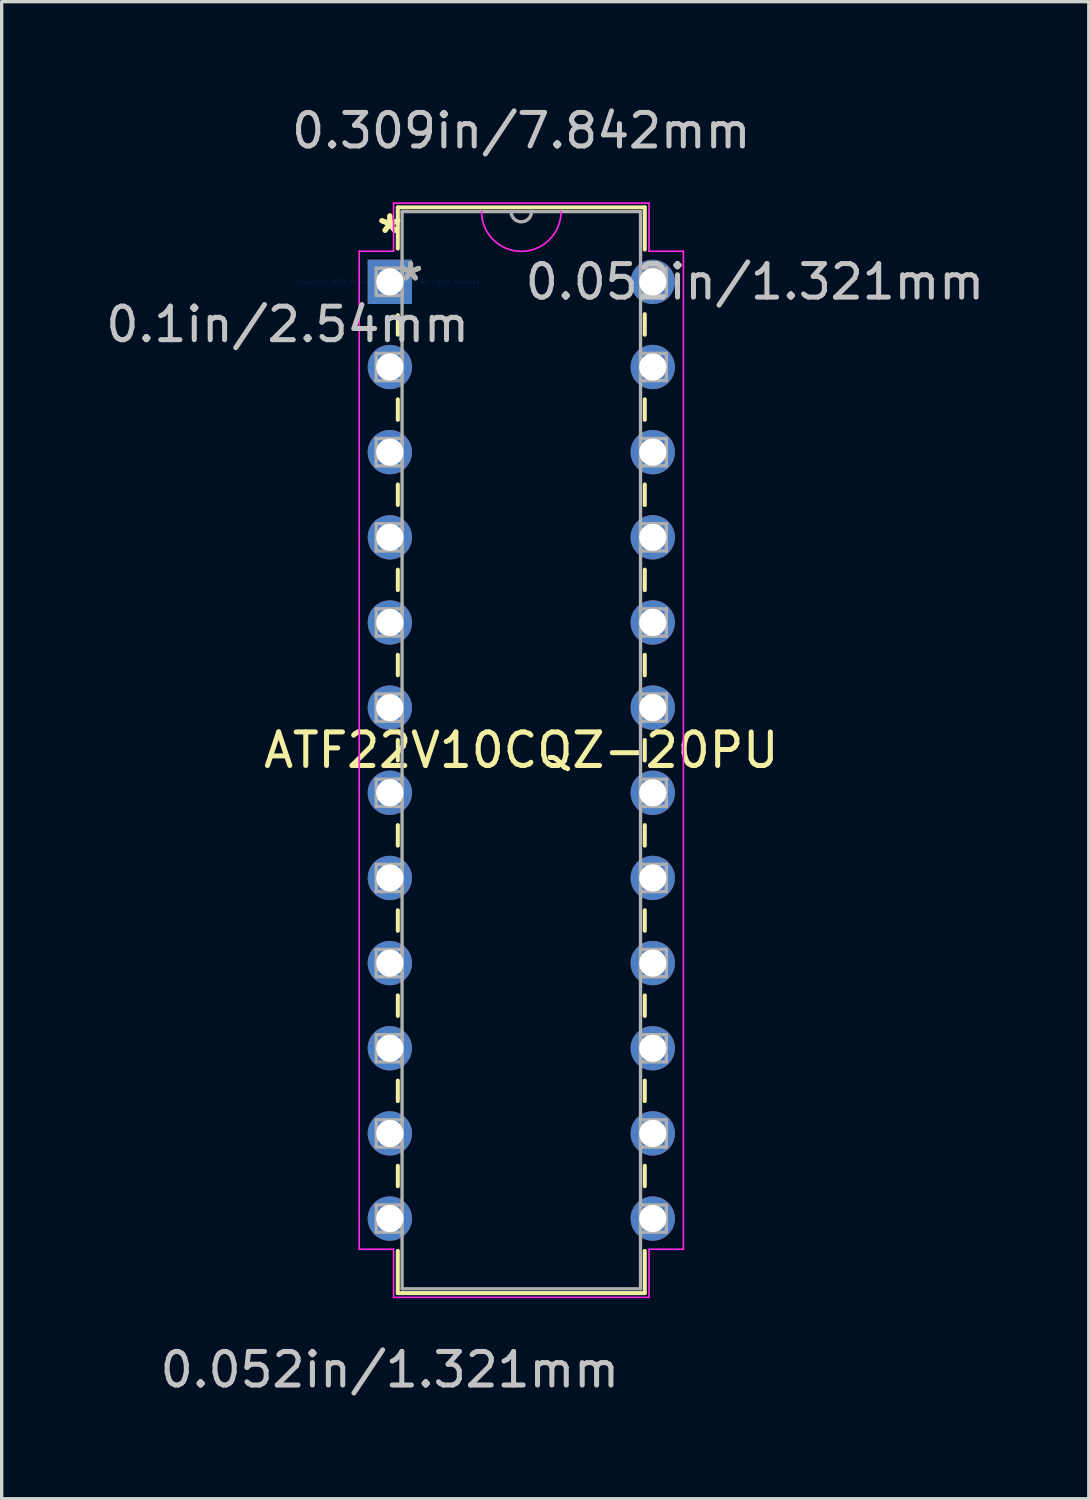
<source format=kicad_pcb>
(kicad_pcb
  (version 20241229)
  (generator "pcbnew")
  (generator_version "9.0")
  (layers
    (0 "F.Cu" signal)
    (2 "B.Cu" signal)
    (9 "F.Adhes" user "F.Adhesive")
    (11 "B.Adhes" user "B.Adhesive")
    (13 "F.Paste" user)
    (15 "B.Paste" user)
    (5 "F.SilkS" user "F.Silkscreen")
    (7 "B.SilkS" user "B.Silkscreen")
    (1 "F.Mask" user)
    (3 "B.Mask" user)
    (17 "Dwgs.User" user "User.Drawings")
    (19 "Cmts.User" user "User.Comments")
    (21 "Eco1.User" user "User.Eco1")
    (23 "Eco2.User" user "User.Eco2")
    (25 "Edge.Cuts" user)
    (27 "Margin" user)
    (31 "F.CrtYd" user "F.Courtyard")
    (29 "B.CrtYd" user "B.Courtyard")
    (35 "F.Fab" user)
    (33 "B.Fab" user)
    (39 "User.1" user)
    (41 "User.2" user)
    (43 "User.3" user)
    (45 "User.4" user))
  (footprint "ATF22V10CQZ-20PU"
    (layer "F.Cu")
    (at 8.578 5.357)
    (property "Reference" "ATF22V10CQZ-20PU" (at 3.921 13.97 0) (layer "F.SilkS") (effects (font (size 1 1) (thickness 0.15))))
    (attr through_hole)
    (fp_line (start 0.238 -2.223) (end 0.238 -0.993) (stroke (width 0.12) (type solid)) (layer "F.SilkS"))
    (fp_line (start 0.238 0.993) (end 0.238 1.576) (stroke (width 0.12) (type solid)) (layer "F.SilkS"))
    (fp_line (start 0.238 3.504) (end 0.238 4.116) (stroke (width 0.12) (type solid)) (layer "F.SilkS"))
    (fp_line (start 0.238 6.044) (end 0.238 6.656) (stroke (width 0.12) (type solid)) (layer "F.SilkS"))
    (fp_line (start 0.238 8.584) (end 0.238 9.196) (stroke (width 0.12) (type solid)) (layer "F.SilkS"))
    (fp_line (start 0.238 11.124) (end 0.238 11.736) (stroke (width 0.12) (type solid)) (layer "F.SilkS"))
    (fp_line (start 0.238 13.664) (end 0.238 14.276) (stroke (width 0.12) (type solid)) (layer "F.SilkS"))
    (fp_line (start 0.238 16.204) (end 0.238 16.816) (stroke (width 0.12) (type solid)) (layer "F.SilkS"))
    (fp_line (start 0.238 18.744) (end 0.238 19.356) (stroke (width 0.12) (type solid)) (layer "F.SilkS"))
    (fp_line (start 0.238 21.284) (end 0.238 21.896) (stroke (width 0.12) (type solid)) (layer "F.SilkS"))
    (fp_line (start 0.238 23.824) (end 0.238 24.436) (stroke (width 0.12) (type solid)) (layer "F.SilkS"))
    (fp_line (start 0.238 26.364) (end 0.238 26.976) (stroke (width 0.12) (type solid)) (layer "F.SilkS"))
    (fp_line (start 0.238 28.904) (end 0.238 30.163) (stroke (width 0.12) (type solid)) (layer "F.SilkS"))
    (fp_line (start 0.238 30.163) (end 7.604 30.163) (stroke (width 0.12) (type solid)) (layer "F.SilkS"))
    (fp_line (start 7.604 -2.223) (end 0.238 -2.223) (stroke (width 0.12) (type solid)) (layer "F.SilkS"))
    (fp_line (start 7.604 -0.964) (end 7.604 -2.223) (stroke (width 0.12) (type solid)) (layer "F.SilkS"))
    (fp_line (start 7.604 1.576) (end 7.604 0.964) (stroke (width 0.12) (type solid)) (layer "F.SilkS"))
    (fp_line (start 7.604 4.116) (end 7.604 3.504) (stroke (width 0.12) (type solid)) (layer "F.SilkS"))
    (fp_line (start 7.604 6.656) (end 7.604 6.044) (stroke (width 0.12) (type solid)) (layer "F.SilkS"))
    (fp_line (start 7.604 9.196) (end 7.604 8.584) (stroke (width 0.12) (type solid)) (layer "F.SilkS"))
    (fp_line (start 7.604 11.736) (end 7.604 11.124) (stroke (width 0.12) (type solid)) (layer "F.SilkS"))
    (fp_line (start 7.604 14.276) (end 7.604 13.664) (stroke (width 0.12) (type solid)) (layer "F.SilkS"))
    (fp_line (start 7.604 16.816) (end 7.604 16.204) (stroke (width 0.12) (type solid)) (layer "F.SilkS"))
    (fp_line (start 7.604 19.356) (end 7.604 18.744) (stroke (width 0.12) (type solid)) (layer "F.SilkS"))
    (fp_line (start 7.604 21.896) (end 7.604 21.284) (stroke (width 0.12) (type solid)) (layer "F.SilkS"))
    (fp_line (start 7.604 24.436) (end 7.604 23.824) (stroke (width 0.12) (type solid)) (layer "F.SilkS"))
    (fp_line (start 7.604 26.976) (end 7.604 26.364) (stroke (width 0.12) (type solid)) (layer "F.SilkS"))
    (fp_line (start 7.604 30.163) (end 7.604 28.904) (stroke (width 0.12) (type solid)) (layer "F.SilkS"))
    (fp_line (start -0.914 -0.914) (end -0.914 28.854) (stroke (width 0.05) (type solid)) (layer "F.CrtYd"))
    (fp_line (start -0.914 28.854) (end 0.111 28.854) (stroke (width 0.05) (type solid)) (layer "F.CrtYd"))
    (fp_line (start 0.111 -2.349) (end 0.111 -0.914) (stroke (width 0.05) (type solid)) (layer "F.CrtYd"))
    (fp_line (start 0.111 -0.914) (end -0.914 -0.914) (stroke (width 0.05) (type solid)) (layer "F.CrtYd"))
    (fp_line (start 0.111 28.854) (end 0.111 30.29) (stroke (width 0.05) (type solid)) (layer "F.CrtYd"))
    (fp_line (start 0.111 30.29) (end 7.731 30.29) (stroke (width 0.05) (type solid)) (layer "F.CrtYd"))
    (fp_line (start 7.731 -2.349) (end 0.111 -2.349) (stroke (width 0.05) (type solid)) (layer "F.CrtYd"))
    (fp_line (start 7.731 -0.914) (end 7.731 -2.349) (stroke (width 0.05) (type solid)) (layer "F.CrtYd"))
    (fp_line (start 7.731 28.854) (end 8.756 28.854) (stroke (width 0.05) (type solid)) (layer "F.CrtYd"))
    (fp_line (start 7.731 30.29) (end 7.731 28.854) (stroke (width 0.05) (type solid)) (layer "F.CrtYd"))
    (fp_line (start 8.756 -0.914) (end 7.731 -0.914) (stroke (width 0.05) (type solid)) (layer "F.CrtYd"))
    (fp_line (start 8.756 28.854) (end 8.756 -0.914) (stroke (width 0.05) (type solid)) (layer "F.CrtYd"))
    (fp_arc (start 5.106335 -2.0955) (mid 3.921001 -0.910166) (end 2.735667 -2.0955) (stroke (width 0.05) (type solid)) (layer "F.CrtYd"))
    (fp_line (start -0.406 -0.406) (end -0.406 0.406) (stroke (width 0.1) (type solid)) (layer "F.Fab"))
    (fp_line (start -0.406 0.406) (end 0.365 0.406) (stroke (width 0.1) (type solid)) (layer "F.Fab"))
    (fp_line (start -0.406 2.134) (end -0.406 2.946) (stroke (width 0.1) (type solid)) (layer "F.Fab"))
    (fp_line (start -0.406 2.946) (end 0.365 2.946) (stroke (width 0.1) (type solid)) (layer "F.Fab"))
    (fp_line (start -0.406 4.674) (end -0.406 5.486) (stroke (width 0.1) (type solid)) (layer "F.Fab"))
    (fp_line (start -0.406 5.486) (end 0.365 5.486) (stroke (width 0.1) (type solid)) (layer "F.Fab"))
    (fp_line (start -0.406 7.214) (end -0.406 8.026) (stroke (width 0.1) (type solid)) (layer "F.Fab"))
    (fp_line (start -0.406 8.026) (end 0.365 8.026) (stroke (width 0.1) (type solid)) (layer "F.Fab"))
    (fp_line (start -0.406 9.754) (end -0.406 10.566) (stroke (width 0.1) (type solid)) (layer "F.Fab"))
    (fp_line (start -0.406 10.566) (end 0.365 10.566) (stroke (width 0.1) (type solid)) (layer "F.Fab"))
    (fp_line (start -0.406 12.294) (end -0.406 13.106) (stroke (width 0.1) (type solid)) (layer "F.Fab"))
    (fp_line (start -0.406 13.106) (end 0.365 13.106) (stroke (width 0.1) (type solid)) (layer "F.Fab"))
    (fp_line (start -0.406 14.834) (end -0.406 15.646) (stroke (width 0.1) (type solid)) (layer "F.Fab"))
    (fp_line (start -0.406 15.646) (end 0.365 15.646) (stroke (width 0.1) (type solid)) (layer "F.Fab"))
    (fp_line (start -0.406 17.374) (end -0.406 18.186) (stroke (width 0.1) (type solid)) (layer "F.Fab"))
    (fp_line (start -0.406 18.186) (end 0.365 18.186) (stroke (width 0.1) (type solid)) (layer "F.Fab"))
    (fp_line (start -0.406 19.914) (end -0.406 20.726) (stroke (width 0.1) (type solid)) (layer "F.Fab"))
    (fp_line (start -0.406 20.726) (end 0.365 20.726) (stroke (width 0.1) (type solid)) (layer "F.Fab"))
    (fp_line (start -0.406 22.454) (end -0.406 23.266) (stroke (width 0.1) (type solid)) (layer "F.Fab"))
    (fp_line (start -0.406 23.266) (end 0.365 23.266) (stroke (width 0.1) (type solid)) (layer "F.Fab"))
    (fp_line (start -0.406 24.994) (end -0.406 25.806) (stroke (width 0.1) (type solid)) (layer "F.Fab"))
    (fp_line (start -0.406 25.806) (end 0.365 25.806) (stroke (width 0.1) (type solid)) (layer "F.Fab"))
    (fp_line (start -0.406 27.534) (end -0.406 28.346) (stroke (width 0.1) (type solid)) (layer "F.Fab"))
    (fp_line (start -0.406 28.346) (end 0.365 28.346) (stroke (width 0.1) (type solid)) (layer "F.Fab"))
    (fp_line (start 0.365 -2.095) (end 0.365 30.035) (stroke (width 0.1) (type solid)) (layer "F.Fab"))
    (fp_line (start 0.365 -0.406) (end -0.406 -0.406) (stroke (width 0.1) (type solid)) (layer "F.Fab"))
    (fp_line (start 0.365 0.406) (end 0.365 -0.406) (stroke (width 0.1) (type solid)) (layer "F.Fab"))
    (fp_line (start 0.365 2.134) (end -0.406 2.134) (stroke (width 0.1) (type solid)) (layer "F.Fab"))
    (fp_line (start 0.365 2.946) (end 0.365 2.134) (stroke (width 0.1) (type solid)) (layer "F.Fab"))
    (fp_line (start 0.365 4.674) (end -0.406 4.674) (stroke (width 0.1) (type solid)) (layer "F.Fab"))
    (fp_line (start 0.365 5.486) (end 0.365 4.674) (stroke (width 0.1) (type solid)) (layer "F.Fab"))
    (fp_line (start 0.365 7.214) (end -0.406 7.214) (stroke (width 0.1) (type solid)) (layer "F.Fab"))
    (fp_line (start 0.365 8.026) (end 0.365 7.214) (stroke (width 0.1) (type solid)) (layer "F.Fab"))
    (fp_line (start 0.365 9.754) (end -0.406 9.754) (stroke (width 0.1) (type solid)) (layer "F.Fab"))
    (fp_line (start 0.365 10.566) (end 0.365 9.754) (stroke (width 0.1) (type solid)) (layer "F.Fab"))
    (fp_line (start 0.365 12.294) (end -0.406 12.294) (stroke (width 0.1) (type solid)) (layer "F.Fab"))
    (fp_line (start 0.365 13.106) (end 0.365 12.294) (stroke (width 0.1) (type solid)) (layer "F.Fab"))
    (fp_line (start 0.365 14.834) (end -0.406 14.834) (stroke (width 0.1) (type solid)) (layer "F.Fab"))
    (fp_line (start 0.365 15.646) (end 0.365 14.834) (stroke (width 0.1) (type solid)) (layer "F.Fab"))
    (fp_line (start 0.365 17.374) (end -0.406 17.374) (stroke (width 0.1) (type solid)) (layer "F.Fab"))
    (fp_line (start 0.365 18.186) (end 0.365 17.374) (stroke (width 0.1) (type solid)) (layer "F.Fab"))
    (fp_line (start 0.365 19.914) (end -0.406 19.914) (stroke (width 0.1) (type solid)) (layer "F.Fab"))
    (fp_line (start 0.365 20.726) (end 0.365 19.914) (stroke (width 0.1) (type solid)) (layer "F.Fab"))
    (fp_line (start 0.365 22.454) (end -0.406 22.454) (stroke (width 0.1) (type solid)) (layer "F.Fab"))
    (fp_line (start 0.365 23.266) (end 0.365 22.454) (stroke (width 0.1) (type solid)) (layer "F.Fab"))
    (fp_line (start 0.365 24.994) (end -0.406 24.994) (stroke (width 0.1) (type solid)) (layer "F.Fab"))
    (fp_line (start 0.365 25.806) (end 0.365 24.994) (stroke (width 0.1) (type solid)) (layer "F.Fab"))
    (fp_line (start 0.365 27.534) (end -0.406 27.534) (stroke (width 0.1) (type solid)) (layer "F.Fab"))
    (fp_line (start 0.365 28.346) (end 0.365 27.534) (stroke (width 0.1) (type solid)) (layer "F.Fab"))
    (fp_line (start 0.365 30.035) (end 7.477 30.035) (stroke (width 0.1) (type solid)) (layer "F.Fab"))
    (fp_line (start 7.477 -2.095) (end 0.365 -2.095) (stroke (width 0.1) (type solid)) (layer "F.Fab"))
    (fp_line (start 7.477 -0.406) (end 7.477 0.406) (stroke (width 0.1) (type solid)) (layer "F.Fab"))
    (fp_line (start 7.477 0.406) (end 8.248 0.406) (stroke (width 0.1) (type solid)) (layer "F.Fab"))
    (fp_line (start 7.477 2.134) (end 7.477 2.946) (stroke (width 0.1) (type solid)) (layer "F.Fab"))
    (fp_line (start 7.477 2.946) (end 8.248 2.946) (stroke (width 0.1) (type solid)) (layer "F.Fab"))
    (fp_line (start 7.477 4.674) (end 7.477 5.486) (stroke (width 0.1) (type solid)) (layer "F.Fab"))
    (fp_line (start 7.477 5.486) (end 8.248 5.486) (stroke (width 0.1) (type solid)) (layer "F.Fab"))
    (fp_line (start 7.477 7.214) (end 7.477 8.026) (stroke (width 0.1) (type solid)) (layer "F.Fab"))
    (fp_line (start 7.477 8.026) (end 8.248 8.026) (stroke (width 0.1) (type solid)) (layer "F.Fab"))
    (fp_line (start 7.477 9.754) (end 7.477 10.566) (stroke (width 0.1) (type solid)) (layer "F.Fab"))
    (fp_line (start 7.477 10.566) (end 8.248 10.566) (stroke (width 0.1) (type solid)) (layer "F.Fab"))
    (fp_line (start 7.477 12.294) (end 7.477 13.106) (stroke (width 0.1) (type solid)) (layer "F.Fab"))
    (fp_line (start 7.477 13.106) (end 8.248 13.106) (stroke (width 0.1) (type solid)) (layer "F.Fab"))
    (fp_line (start 7.477 14.834) (end 7.477 15.646) (stroke (width 0.1) (type solid)) (layer "F.Fab"))
    (fp_line (start 7.477 15.646) (end 8.248 15.646) (stroke (width 0.1) (type solid)) (layer "F.Fab"))
    (fp_line (start 7.477 17.374) (end 7.477 18.186) (stroke (width 0.1) (type solid)) (layer "F.Fab"))
    (fp_line (start 7.477 18.186) (end 8.248 18.186) (stroke (width 0.1) (type solid)) (layer "F.Fab"))
    (fp_line (start 7.477 19.914) (end 7.477 20.726) (stroke (width 0.1) (type solid)) (layer "F.Fab"))
    (fp_line (start 7.477 20.726) (end 8.248 20.726) (stroke (width 0.1) (type solid)) (layer "F.Fab"))
    (fp_line (start 7.477 22.454) (end 7.477 23.266) (stroke (width 0.1) (type solid)) (layer "F.Fab"))
    (fp_line (start 7.477 23.266) (end 8.248 23.266) (stroke (width 0.1) (type solid)) (layer "F.Fab"))
    (fp_line (start 7.477 24.994) (end 7.477 25.806) (stroke (width 0.1) (type solid)) (layer "F.Fab"))
    (fp_line (start 7.477 25.806) (end 8.248 25.806) (stroke (width 0.1) (type solid)) (layer "F.Fab"))
    (fp_line (start 7.477 27.534) (end 7.477 28.346) (stroke (width 0.1) (type solid)) (layer "F.Fab"))
    (fp_line (start 7.477 28.346) (end 8.248 28.346) (stroke (width 0.1) (type solid)) (layer "F.Fab"))
    (fp_line (start 7.477 30.035) (end 7.477 -2.095) (stroke (width 0.1) (type solid)) (layer "F.Fab"))
    (fp_line (start 8.248 -0.406) (end 7.477 -0.406) (stroke (width 0.1) (type solid)) (layer "F.Fab"))
    (fp_line (start 8.248 0.406) (end 8.248 -0.406) (stroke (width 0.1) (type solid)) (layer "F.Fab"))
    (fp_line (start 8.248 2.134) (end 7.477 2.134) (stroke (width 0.1) (type solid)) (layer "F.Fab"))
    (fp_line (start 8.248 2.946) (end 8.248 2.134) (stroke (width 0.1) (type solid)) (layer "F.Fab"))
    (fp_line (start 8.248 4.674) (end 7.477 4.674) (stroke (width 0.1) (type solid)) (layer "F.Fab"))
    (fp_line (start 8.248 5.486) (end 8.248 4.674) (stroke (width 0.1) (type solid)) (layer "F.Fab"))
    (fp_line (start 8.248 7.214) (end 7.477 7.214) (stroke (width 0.1) (type solid)) (layer "F.Fab"))
    (fp_line (start 8.248 8.026) (end 8.248 7.214) (stroke (width 0.1) (type solid)) (layer "F.Fab"))
    (fp_line (start 8.248 9.754) (end 7.477 9.754) (stroke (width 0.1) (type solid)) (layer "F.Fab"))
    (fp_line (start 8.248 10.566) (end 8.248 9.754) (stroke (width 0.1) (type solid)) (layer "F.Fab"))
    (fp_line (start 8.248 12.294) (end 7.477 12.294) (stroke (width 0.1) (type solid)) (layer "F.Fab"))
    (fp_line (start 8.248 13.106) (end 8.248 12.294) (stroke (width 0.1) (type solid)) (layer "F.Fab"))
    (fp_line (start 8.248 14.834) (end 7.477 14.834) (stroke (width 0.1) (type solid)) (layer "F.Fab"))
    (fp_line (start 8.248 15.646) (end 8.248 14.834) (stroke (width 0.1) (type solid)) (layer "F.Fab"))
    (fp_line (start 8.248 17.374) (end 7.477 17.374) (stroke (width 0.1) (type solid)) (layer "F.Fab"))
    (fp_line (start 8.248 18.186) (end 8.248 17.374) (stroke (width 0.1) (type solid)) (layer "F.Fab"))
    (fp_line (start 8.248 19.914) (end 7.477 19.914) (stroke (width 0.1) (type solid)) (layer "F.Fab"))
    (fp_line (start 8.248 20.726) (end 8.248 19.914) (stroke (width 0.1) (type solid)) (layer "F.Fab"))
    (fp_line (start 8.248 22.454) (end 7.477 22.454) (stroke (width 0.1) (type solid)) (layer "F.Fab"))
    (fp_line (start 8.248 23.266) (end 8.248 22.454) (stroke (width 0.1) (type solid)) (layer "F.Fab"))
    (fp_line (start 8.248 24.994) (end 7.477 24.994) (stroke (width 0.1) (type solid)) (layer "F.Fab"))
    (fp_line (start 8.248 25.806) (end 8.248 24.994) (stroke (width 0.1) (type solid)) (layer "F.Fab"))
    (fp_line (start 8.248 27.534) (end 7.477 27.534) (stroke (width 0.1) (type solid)) (layer "F.Fab"))
    (fp_line (start 8.248 28.346) (end 8.248 27.534) (stroke (width 0.1) (type solid)) (layer "F.Fab"))
    (fp_arc (start 4.225801 -2.0955) (mid 3.921001 -1.7907) (end 3.616201 -2.0955) (stroke (width 0.1) (type solid)) (layer "F.Fab"))
    (fp_text user "*" (at 0 -1.422 0) (layer "F.SilkS") (effects (font (size 1 1) (thickness 0.15))))
    (fp_text user "*" (at 0 -1.422 0) (layer "F.SilkS") (effects (font (size 1 1) (thickness 0.15))))
    (fp_text user "0.1in/2.54mm" (at -3.048 1.27 0) (layer "Dwgs.User") (effects (font (size 1 1) (thickness 0.15))))
    (fp_text user "0.052in/1.321mm" (at 0 32.449 0) (layer "Dwgs.User") (effects (font (size 1 1) (thickness 0.15))))
    (fp_text user "0.052in/1.321mm" (at 10.89 0 0) (layer "Dwgs.User") (effects (font (size 1 1) (thickness 0.15))))
    (fp_text user "0.309in/7.842mm" (at 3.921 -4.508 0) (layer "Dwgs.User") (effects (font (size 1 1) (thickness 0.15))))
    (fp_text user "Copyright 2021 Accelerated Designs. All rights reserved." (at 0 0 0) (layer "Cmts.User") (effects (font (size 0.127 0.127) (thickness 0.002))))
    (fp_text user "*" (at 0.619 0 0) (layer "F.Fab") (effects (font (size 1 1) (thickness 0.15))))
    (fp_text user "*" (at 0.619 0 0) (layer "F.Fab") (effects (font (size 1 1) (thickness 0.15))))
    (pad "1" thru_hole rect (at 0 0) (size 1.321 1.321) (drill 0.813) (layers "*.Cu" "*.Mask"))
    (pad "2" thru_hole circle (at 0 2.54) (size 1.321 1.321) (drill 0.813) (layers "*.Cu" "*.Mask"))
    (pad "3" thru_hole circle (at 0 5.08) (size 1.321 1.321) (drill 0.813) (layers "*.Cu" "*.Mask"))
    (pad "4" thru_hole circle (at 0 7.62) (size 1.321 1.321) (drill 0.813) (layers "*.Cu" "*.Mask"))
    (pad "5" thru_hole circle (at 0 10.16) (size 1.321 1.321) (drill 0.813) (layers "*.Cu" "*.Mask"))
    (pad "6" thru_hole circle (at 0 12.7) (size 1.321 1.321) (drill 0.813) (layers "*.Cu" "*.Mask"))
    (pad "7" thru_hole circle (at 0 15.24) (size 1.321 1.321) (drill 0.813) (layers "*.Cu" "*.Mask"))
    (pad "8" thru_hole circle (at 0 17.78) (size 1.321 1.321) (drill 0.813) (layers "*.Cu" "*.Mask"))
    (pad "9" thru_hole circle (at 0 20.32) (size 1.321 1.321) (drill 0.813) (layers "*.Cu" "*.Mask"))
    (pad "10" thru_hole circle (at 0 22.86) (size 1.321 1.321) (drill 0.813) (layers "*.Cu" "*.Mask"))
    (pad "11" thru_hole circle (at 0 25.4) (size 1.321 1.321) (drill 0.813) (layers "*.Cu" "*.Mask"))
    (pad "12" thru_hole circle (at 0 27.94) (size 1.321 1.321) (drill 0.813) (layers "*.Cu" "*.Mask"))
    (pad "13" thru_hole circle (at 7.842 27.94) (size 1.321 1.321) (drill 0.813) (layers "*.Cu" "*.Mask"))
    (pad "14" thru_hole circle (at 7.842 25.4) (size 1.321 1.321) (drill 0.813) (layers "*.Cu" "*.Mask"))
    (pad "15" thru_hole circle (at 7.842 22.86) (size 1.321 1.321) (drill 0.813) (layers "*.Cu" "*.Mask"))
    (pad "16" thru_hole circle (at 7.842 20.32) (size 1.321 1.321) (drill 0.813) (layers "*.Cu" "*.Mask"))
    (pad "17" thru_hole circle (at 7.842 17.78) (size 1.321 1.321) (drill 0.813) (layers "*.Cu" "*.Mask"))
    (pad "18" thru_hole circle (at 7.842 15.24) (size 1.321 1.321) (drill 0.813) (layers "*.Cu" "*.Mask"))
    (pad "19" thru_hole circle (at 7.842 12.7) (size 1.321 1.321) (drill 0.813) (layers "*.Cu" "*.Mask"))
    (pad "20" thru_hole circle (at 7.842 10.16) (size 1.321 1.321) (drill 0.813) (layers "*.Cu" "*.Mask"))
    (pad "21" thru_hole circle (at 7.842 7.62) (size 1.321 1.321) (drill 0.813) (layers "*.Cu" "*.Mask"))
    (pad "22" thru_hole circle (at 7.842 5.08) (size 1.321 1.321) (drill 0.813) (layers "*.Cu" "*.Mask"))
    (pad "23" thru_hole circle (at 7.842 2.54) (size 1.321 1.321) (drill 0.813) (layers "*.Cu" "*.Mask"))
    (pad "24" thru_hole circle (at 7.842 0) (size 1.321 1.321) (drill 0.813) (layers "*.Cu" "*.Mask")))
  (gr_rect
    (start -3 -3)
    (end 29.426 41.654)
    (stroke (width 0.1) (type default))
    (fill no)
    (layer "Edge.Cuts")))
</source>
